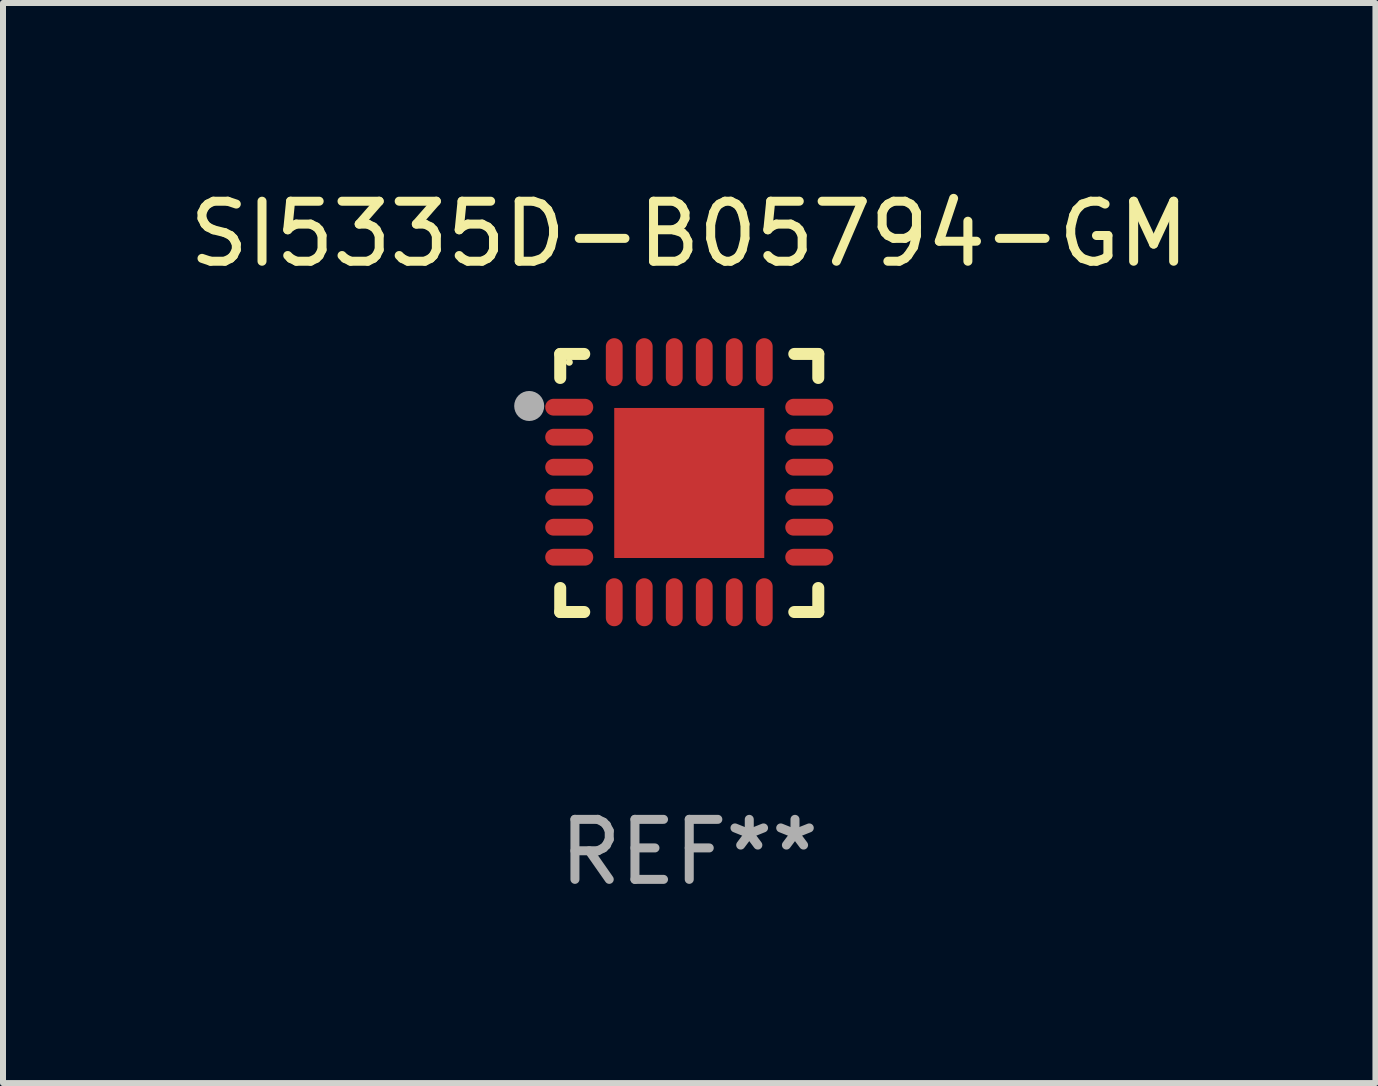
<source format=kicad_pcb>
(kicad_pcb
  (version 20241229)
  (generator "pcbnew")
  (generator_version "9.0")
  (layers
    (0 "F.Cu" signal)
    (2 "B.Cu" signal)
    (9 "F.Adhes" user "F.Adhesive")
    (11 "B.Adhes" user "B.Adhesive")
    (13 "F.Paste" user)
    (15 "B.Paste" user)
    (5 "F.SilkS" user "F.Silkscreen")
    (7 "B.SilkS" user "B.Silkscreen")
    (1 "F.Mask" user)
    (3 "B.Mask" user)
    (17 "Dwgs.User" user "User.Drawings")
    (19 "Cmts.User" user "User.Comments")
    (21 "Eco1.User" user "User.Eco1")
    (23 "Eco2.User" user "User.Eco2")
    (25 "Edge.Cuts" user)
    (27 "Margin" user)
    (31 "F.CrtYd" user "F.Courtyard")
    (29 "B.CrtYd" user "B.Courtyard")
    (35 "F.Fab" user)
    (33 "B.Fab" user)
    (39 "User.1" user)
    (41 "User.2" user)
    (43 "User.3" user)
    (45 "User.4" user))
  (footprint "SI5335D-B05794-GM"
    (layer "F.Cu")
    (at 8.435 4.998)
    (property "Reference" "SI5335D-B05794-GM" (at 0 -4.15 0) (layer "F.SilkS") (effects (font (size 1 1) (thickness 0.15))))
    (attr through_hole)
    (fp_line (start -2.15 -2.15) (end -1.75 -2.15) (stroke (width 0.2) (type solid)) (layer "F.SilkS"))
    (fp_line (start -2.15 -1.75) (end -2.15 -2.15) (stroke (width 0.2) (type solid)) (layer "F.SilkS"))
    (fp_line (start -2.15 2.15) (end -2.15 1.75) (stroke (width 0.2) (type solid)) (layer "F.SilkS"))
    (fp_line (start -1.75 2.15) (end -2.15 2.15) (stroke (width 0.2) (type solid)) (layer "F.SilkS"))
    (fp_line (start 1.75 -2.15) (end 2.15 -2.15) (stroke (width 0.2) (type solid)) (layer "F.SilkS"))
    (fp_line (start 1.75 2.15) (end 2.15 2.15) (stroke (width 0.2) (type solid)) (layer "F.SilkS"))
    (fp_line (start 2.15 -2.15) (end 2.15 -1.75) (stroke (width 0.2) (type solid)) (layer "F.SilkS"))
    (fp_line (start 2.15 2.15) (end 2.15 1.75) (stroke (width 0.2) (type solid)) (layer "F.SilkS"))
    (fp_circle (center -2 -2.013) (end -1.97 -2.013) (stroke (width 0.06) (type solid)) (fill no) (layer "F.SilkS"))
    (fp_circle (center -2.667 -1.283) (end -2.542 -1.283) (stroke (width 0.25) (type solid)) (fill no) (layer "F.Fab"))
    (fp_text user "REF**" (at 0 6.15 0) (layer "F.Fab") (effects (font (size 1 1) (thickness 0.15))))
    (pad "1" smd oval (at -2 -1.263) (size 0.8 0.28) (layers "F.Cu" "F.Mask" "F.Paste"))
    (pad "2" smd oval (at -2 -0.763) (size 0.8 0.28) (layers "F.Cu" "F.Mask" "F.Paste"))
    (pad "3" smd oval (at -2 -0.263) (size 0.8 0.28) (layers "F.Cu" "F.Mask" "F.Paste"))
    (pad "4" smd oval (at -2 0.237) (size 0.8 0.28) (layers "F.Cu" "F.Mask" "F.Paste"))
    (pad "5" smd oval (at -2 0.737) (size 0.8 0.28) (layers "F.Cu" "F.Mask" "F.Paste"))
    (pad "6" smd oval (at -2 1.237) (size 0.8 0.28) (layers "F.Cu" "F.Mask" "F.Paste"))
    (pad "7" smd oval (at -1.25 1.987) (size 0.28 0.8) (layers "F.Cu" "F.Mask" "F.Paste"))
    (pad "8" smd oval (at -0.75 1.987) (size 0.28 0.8) (layers "F.Cu" "F.Mask" "F.Paste"))
    (pad "9" smd oval (at -0.25 1.987) (size 0.28 0.8) (layers "F.Cu" "F.Mask" "F.Paste"))
    (pad "10" smd oval (at 0.25 1.987) (size 0.28 0.8) (layers "F.Cu" "F.Mask" "F.Paste"))
    (pad "11" smd oval (at 0.75 1.987) (size 0.28 0.8) (layers "F.Cu" "F.Mask" "F.Paste"))
    (pad "12" smd oval (at 1.25 1.987) (size 0.28 0.8) (layers "F.Cu" "F.Mask" "F.Paste"))
    (pad "13" smd oval (at 2 1.237) (size 0.8 0.28) (layers "F.Cu" "F.Mask" "F.Paste"))
    (pad "14" smd oval (at 2 0.737) (size 0.8 0.28) (layers "F.Cu" "F.Mask" "F.Paste"))
    (pad "15" smd oval (at 2 0.237) (size 0.8 0.28) (layers "F.Cu" "F.Mask" "F.Paste"))
    (pad "16" smd oval (at 2 -0.263) (size 0.8 0.28) (layers "F.Cu" "F.Mask" "F.Paste"))
    (pad "17" smd oval (at 2 -0.763) (size 0.8 0.28) (layers "F.Cu" "F.Mask" "F.Paste"))
    (pad "18" smd oval (at 2 -1.263) (size 0.8 0.28) (layers "F.Cu" "F.Mask" "F.Paste"))
    (pad "19" smd oval (at 1.25 -2.013) (size 0.28 0.8) (layers "F.Cu" "F.Mask" "F.Paste"))
    (pad "20" smd oval (at 0.75 -2.013) (size 0.28 0.8) (layers "F.Cu" "F.Mask" "F.Paste"))
    (pad "21" smd oval (at 0.25 -2.013) (size 0.28 0.8) (layers "F.Cu" "F.Mask" "F.Paste"))
    (pad "22" smd oval (at -0.25 -2.013) (size 0.28 0.8) (layers "F.Cu" "F.Mask" "F.Paste"))
    (pad "23" smd oval (at -0.75 -2.013) (size 0.28 0.8) (layers "F.Cu" "F.Mask" "F.Paste"))
    (pad "24" smd oval (at -1.25 -2.013) (size 0.28 0.8) (layers "F.Cu" "F.Mask" "F.Paste"))
    (pad "25" smd rect (at -0.000127 -0.00014) (size 2.5 2.5) (layers "F.Cu" "F.Mask" "F.Paste")))
  (gr_rect
    (start -3 -3)
    (end 19.869 14.997)
    (stroke (width 0.1) (type default))
    (fill no)
    (layer "Edge.Cuts")))
</source>
